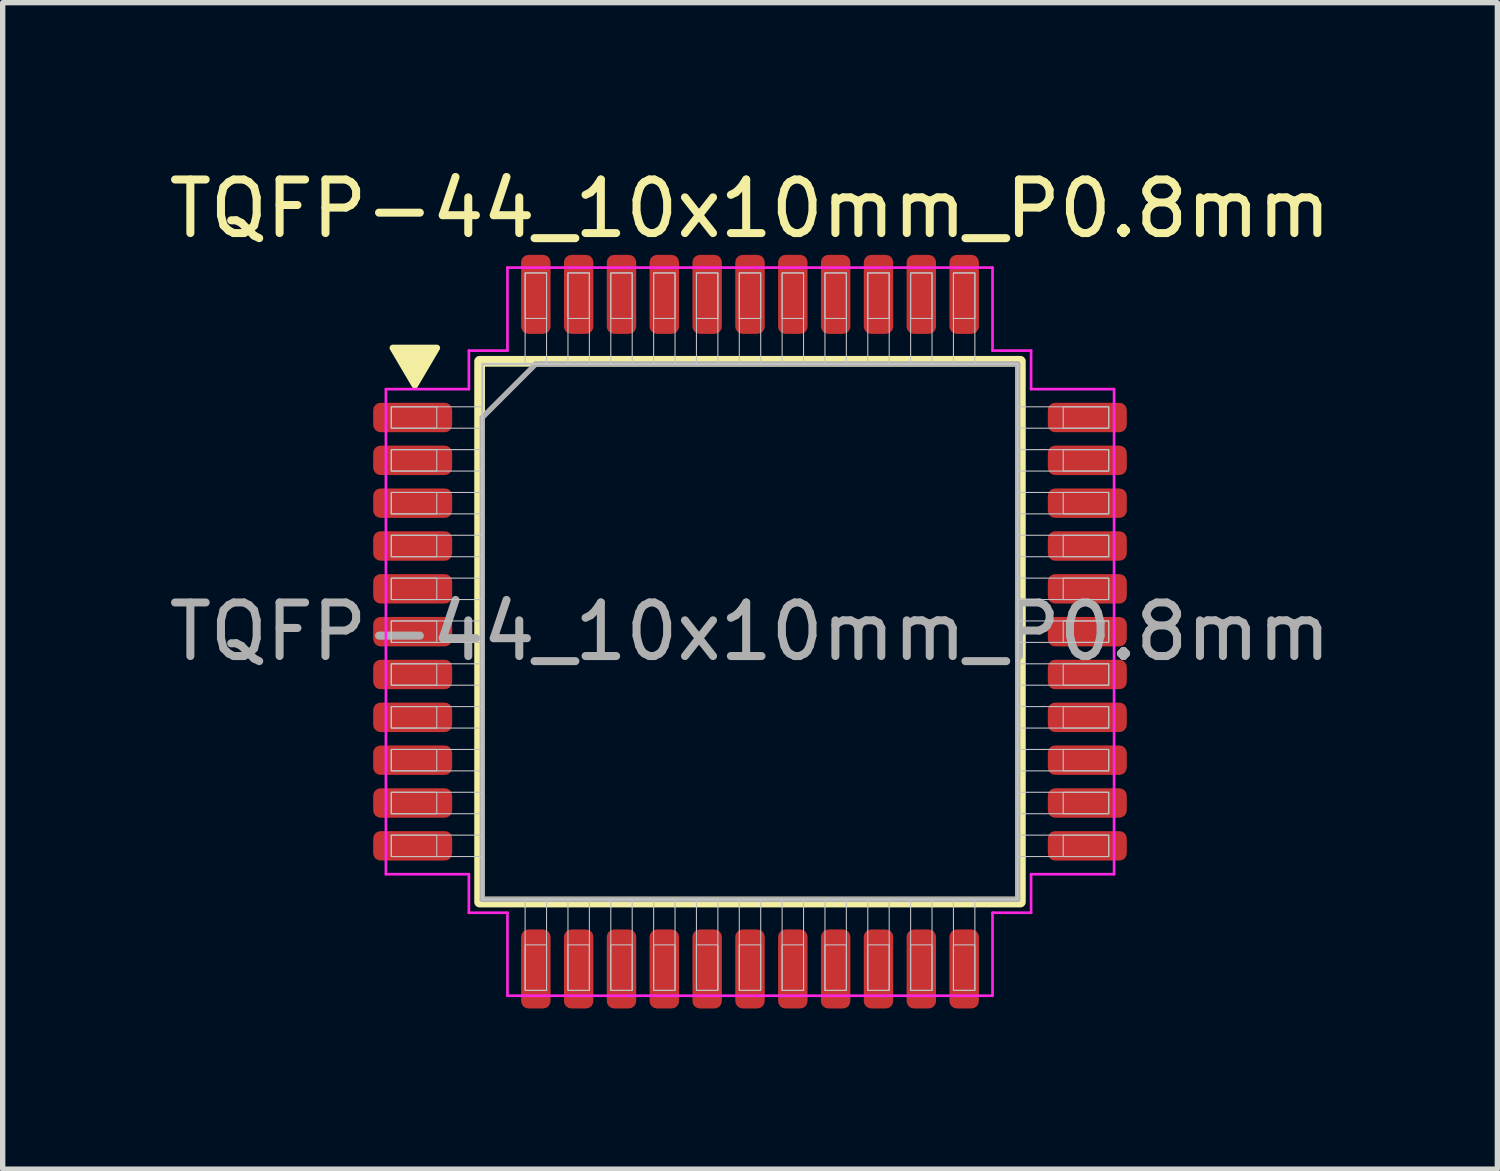
<source format=kicad_pcb>
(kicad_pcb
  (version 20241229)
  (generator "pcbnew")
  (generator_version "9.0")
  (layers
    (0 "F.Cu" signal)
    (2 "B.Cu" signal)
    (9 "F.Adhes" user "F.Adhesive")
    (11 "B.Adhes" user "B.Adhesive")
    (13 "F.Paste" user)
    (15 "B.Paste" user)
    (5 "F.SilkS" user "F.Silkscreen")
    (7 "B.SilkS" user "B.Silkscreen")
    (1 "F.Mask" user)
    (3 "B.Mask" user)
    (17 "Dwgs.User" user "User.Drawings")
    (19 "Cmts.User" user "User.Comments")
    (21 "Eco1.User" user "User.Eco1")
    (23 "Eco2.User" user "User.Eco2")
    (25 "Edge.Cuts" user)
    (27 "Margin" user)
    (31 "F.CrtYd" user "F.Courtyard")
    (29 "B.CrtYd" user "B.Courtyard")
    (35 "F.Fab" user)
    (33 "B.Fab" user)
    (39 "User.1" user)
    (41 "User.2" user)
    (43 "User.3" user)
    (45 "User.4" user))
  (footprint "TQFP-44_10x10mm_P0.8mm"
    (layer "F.Cu")
    (at 10.958 8.748)
    (property "Reference" "TQFP-44_10x10mm_P0.8mm" (at 0 -7.9 0) (layer "F.SilkS") (effects (font (size 1 1) (thickness 0.15))))
    (attr smd)
    (fp_rect (start -5.05 -5.05) (end 5.05 5.05) (stroke (width 0.2) (type default)) (fill no) (layer "F.SilkS"))
    (fp_poly (pts (xy -6.26 -4.6) (xy -6.672 -5.3) (xy -5.848 -5.3)) (stroke (width 0.12) (type solid)) (fill yes) (layer "F.SilkS"))
    (fp_rect (start -6.7 -4.2) (end -5.85 -3.8) (stroke (width 0.02) (type default)) (fill no) (layer "Dwgs.User"))
    (fp_rect (start -6.7 -4.2) (end -5 -3.8) (stroke (width 0.02) (type default)) (fill no) (layer "Dwgs.User"))
    (fp_rect (start -6.7 -3.4) (end -5.85 -3) (stroke (width 0.02) (type default)) (fill no) (layer "Dwgs.User"))
    (fp_rect (start -6.7 -3.4) (end -5 -3) (stroke (width 0.02) (type default)) (fill no) (layer "Dwgs.User"))
    (fp_rect (start -6.7 -2.6) (end -5.85 -2.2) (stroke (width 0.02) (type default)) (fill no) (layer "Dwgs.User"))
    (fp_rect (start -6.7 -2.6) (end -5 -2.2) (stroke (width 0.02) (type default)) (fill no) (layer "Dwgs.User"))
    (fp_rect (start -6.7 -1.8) (end -5.85 -1.4) (stroke (width 0.02) (type default)) (fill no) (layer "Dwgs.User"))
    (fp_rect (start -6.7 -1.8) (end -5 -1.4) (stroke (width 0.02) (type default)) (fill no) (layer "Dwgs.User"))
    (fp_rect (start -6.7 -1) (end -5.85 -0.6) (stroke (width 0.02) (type default)) (fill no) (layer "Dwgs.User"))
    (fp_rect (start -6.7 -1) (end -5 -0.6) (stroke (width 0.02) (type default)) (fill no) (layer "Dwgs.User"))
    (fp_rect (start -6.7 -0.2) (end -5.85 0.2) (stroke (width 0.02) (type default)) (fill no) (layer "Dwgs.User"))
    (fp_rect (start -6.7 -0.2) (end -5 0.2) (stroke (width 0.02) (type default)) (fill no) (layer "Dwgs.User"))
    (fp_rect (start -6.7 0.6) (end -5.85 1) (stroke (width 0.02) (type default)) (fill no) (layer "Dwgs.User"))
    (fp_rect (start -6.7 0.6) (end -5 1) (stroke (width 0.02) (type default)) (fill no) (layer "Dwgs.User"))
    (fp_rect (start -6.7 1.4) (end -5.85 1.8) (stroke (width 0.02) (type default)) (fill no) (layer "Dwgs.User"))
    (fp_rect (start -6.7 1.4) (end -5 1.8) (stroke (width 0.02) (type default)) (fill no) (layer "Dwgs.User"))
    (fp_rect (start -6.7 2.2) (end -5.85 2.6) (stroke (width 0.02) (type default)) (fill no) (layer "Dwgs.User"))
    (fp_rect (start -6.7 2.2) (end -5 2.6) (stroke (width 0.02) (type default)) (fill no) (layer "Dwgs.User"))
    (fp_rect (start -6.7 3) (end -5.85 3.4) (stroke (width 0.02) (type default)) (fill no) (layer "Dwgs.User"))
    (fp_rect (start -6.7 3) (end -5 3.4) (stroke (width 0.02) (type default)) (fill no) (layer "Dwgs.User"))
    (fp_rect (start -6.7 3.8) (end -5.85 4.2) (stroke (width 0.02) (type default)) (fill no) (layer "Dwgs.User"))
    (fp_rect (start -6.7 3.8) (end -5 4.2) (stroke (width 0.02) (type default)) (fill no) (layer "Dwgs.User"))
    (fp_rect (start -5 -5) (end 5 5) (stroke (width 0.04) (type default)) (fill no) (layer "Dwgs.User"))
    (fp_rect (start -4.2 -6.7) (end -3.8 -5.85) (stroke (width 0.02) (type default)) (fill no) (layer "Dwgs.User"))
    (fp_rect (start -4.2 -6.7) (end -3.8 -5) (stroke (width 0.02) (type default)) (fill no) (layer "Dwgs.User"))
    (fp_rect (start -4.2 5) (end -3.8 6.7) (stroke (width 0.02) (type default)) (fill no) (layer "Dwgs.User"))
    (fp_rect (start -4.2 5.85) (end -3.8 6.7) (stroke (width 0.02) (type default)) (fill no) (layer "Dwgs.User"))
    (fp_rect (start -3.4 -6.7) (end -3 -5.85) (stroke (width 0.02) (type default)) (fill no) (layer "Dwgs.User"))
    (fp_rect (start -3.4 -6.7) (end -3 -5) (stroke (width 0.02) (type default)) (fill no) (layer "Dwgs.User"))
    (fp_rect (start -3.4 5) (end -3 6.7) (stroke (width 0.02) (type default)) (fill no) (layer "Dwgs.User"))
    (fp_rect (start -3.4 5.85) (end -3 6.7) (stroke (width 0.02) (type default)) (fill no) (layer "Dwgs.User"))
    (fp_rect (start -2.6 -6.7) (end -2.2 -5.85) (stroke (width 0.02) (type default)) (fill no) (layer "Dwgs.User"))
    (fp_rect (start -2.6 -6.7) (end -2.2 -5) (stroke (width 0.02) (type default)) (fill no) (layer "Dwgs.User"))
    (fp_rect (start -2.6 5) (end -2.2 6.7) (stroke (width 0.02) (type default)) (fill no) (layer "Dwgs.User"))
    (fp_rect (start -2.6 5.85) (end -2.2 6.7) (stroke (width 0.02) (type default)) (fill no) (layer "Dwgs.User"))
    (fp_rect (start -1.8 -6.7) (end -1.4 -5.85) (stroke (width 0.02) (type default)) (fill no) (layer "Dwgs.User"))
    (fp_rect (start -1.8 -6.7) (end -1.4 -5) (stroke (width 0.02) (type default)) (fill no) (layer "Dwgs.User"))
    (fp_rect (start -1.8 5) (end -1.4 6.7) (stroke (width 0.02) (type default)) (fill no) (layer "Dwgs.User"))
    (fp_rect (start -1.8 5.85) (end -1.4 6.7) (stroke (width 0.02) (type default)) (fill no) (layer "Dwgs.User"))
    (fp_rect (start -1 -6.7) (end -0.6 -5.85) (stroke (width 0.02) (type default)) (fill no) (layer "Dwgs.User"))
    (fp_rect (start -1 -6.7) (end -0.6 -5) (stroke (width 0.02) (type default)) (fill no) (layer "Dwgs.User"))
    (fp_rect (start -1 5) (end -0.6 6.7) (stroke (width 0.02) (type default)) (fill no) (layer "Dwgs.User"))
    (fp_rect (start -1 5.85) (end -0.6 6.7) (stroke (width 0.02) (type default)) (fill no) (layer "Dwgs.User"))
    (fp_rect (start -0.2 -6.7) (end 0.2 -5.85) (stroke (width 0.02) (type default)) (fill no) (layer "Dwgs.User"))
    (fp_rect (start -0.2 -6.7) (end 0.2 -5) (stroke (width 0.02) (type default)) (fill no) (layer "Dwgs.User"))
    (fp_rect (start -0.2 5) (end 0.2 6.7) (stroke (width 0.02) (type default)) (fill no) (layer "Dwgs.User"))
    (fp_rect (start -0.2 5.85) (end 0.2 6.7) (stroke (width 0.02) (type default)) (fill no) (layer "Dwgs.User"))
    (fp_rect (start 0.6 -6.7) (end 1 -5.85) (stroke (width 0.02) (type default)) (fill no) (layer "Dwgs.User"))
    (fp_rect (start 0.6 -6.7) (end 1 -5) (stroke (width 0.02) (type default)) (fill no) (layer "Dwgs.User"))
    (fp_rect (start 0.6 5) (end 1 6.7) (stroke (width 0.02) (type default)) (fill no) (layer "Dwgs.User"))
    (fp_rect (start 0.6 5.85) (end 1 6.7) (stroke (width 0.02) (type default)) (fill no) (layer "Dwgs.User"))
    (fp_rect (start 1.4 -6.7) (end 1.8 -5.85) (stroke (width 0.02) (type default)) (fill no) (layer "Dwgs.User"))
    (fp_rect (start 1.4 -6.7) (end 1.8 -5) (stroke (width 0.02) (type default)) (fill no) (layer "Dwgs.User"))
    (fp_rect (start 1.4 5) (end 1.8 6.7) (stroke (width 0.02) (type default)) (fill no) (layer "Dwgs.User"))
    (fp_rect (start 1.4 5.85) (end 1.8 6.7) (stroke (width 0.02) (type default)) (fill no) (layer "Dwgs.User"))
    (fp_rect (start 2.2 -6.7) (end 2.6 -5.85) (stroke (width 0.02) (type default)) (fill no) (layer "Dwgs.User"))
    (fp_rect (start 2.2 -6.7) (end 2.6 -5) (stroke (width 0.02) (type default)) (fill no) (layer "Dwgs.User"))
    (fp_rect (start 2.2 5) (end 2.6 6.7) (stroke (width 0.02) (type default)) (fill no) (layer "Dwgs.User"))
    (fp_rect (start 2.2 5.85) (end 2.6 6.7) (stroke (width 0.02) (type default)) (fill no) (layer "Dwgs.User"))
    (fp_rect (start 3 -6.7) (end 3.4 -5.85) (stroke (width 0.02) (type default)) (fill no) (layer "Dwgs.User"))
    (fp_rect (start 3 -6.7) (end 3.4 -5) (stroke (width 0.02) (type default)) (fill no) (layer "Dwgs.User"))
    (fp_rect (start 3 5) (end 3.4 6.7) (stroke (width 0.02) (type default)) (fill no) (layer "Dwgs.User"))
    (fp_rect (start 3 5.85) (end 3.4 6.7) (stroke (width 0.02) (type default)) (fill no) (layer "Dwgs.User"))
    (fp_rect (start 3.8 -6.7) (end 4.2 -5.85) (stroke (width 0.02) (type default)) (fill no) (layer "Dwgs.User"))
    (fp_rect (start 3.8 -6.7) (end 4.2 -5) (stroke (width 0.02) (type default)) (fill no) (layer "Dwgs.User"))
    (fp_rect (start 3.8 5) (end 4.2 6.7) (stroke (width 0.02) (type default)) (fill no) (layer "Dwgs.User"))
    (fp_rect (start 3.8 5.85) (end 4.2 6.7) (stroke (width 0.02) (type default)) (fill no) (layer "Dwgs.User"))
    (fp_rect (start 5 -4.2) (end 6.7 -3.8) (stroke (width 0.02) (type default)) (fill no) (layer "Dwgs.User"))
    (fp_rect (start 5 -3.4) (end 6.7 -3) (stroke (width 0.02) (type default)) (fill no) (layer "Dwgs.User"))
    (fp_rect (start 5 -2.6) (end 6.7 -2.2) (stroke (width 0.02) (type default)) (fill no) (layer "Dwgs.User"))
    (fp_rect (start 5 -1.8) (end 6.7 -1.4) (stroke (width 0.02) (type default)) (fill no) (layer "Dwgs.User"))
    (fp_rect (start 5 -1) (end 6.7 -0.6) (stroke (width 0.02) (type default)) (fill no) (layer "Dwgs.User"))
    (fp_rect (start 5 -0.2) (end 6.7 0.2) (stroke (width 0.02) (type default)) (fill no) (layer "Dwgs.User"))
    (fp_rect (start 5 0.6) (end 6.7 1) (stroke (width 0.02) (type default)) (fill no) (layer "Dwgs.User"))
    (fp_rect (start 5 1.4) (end 6.7 1.8) (stroke (width 0.02) (type default)) (fill no) (layer "Dwgs.User"))
    (fp_rect (start 5 2.2) (end 6.7 2.6) (stroke (width 0.02) (type default)) (fill no) (layer "Dwgs.User"))
    (fp_rect (start 5 3) (end 6.7 3.4) (stroke (width 0.02) (type default)) (fill no) (layer "Dwgs.User"))
    (fp_rect (start 5 3.8) (end 6.7 4.2) (stroke (width 0.02) (type default)) (fill no) (layer "Dwgs.User"))
    (fp_rect (start 5.85 -4.2) (end 6.7 -3.8) (stroke (width 0.02) (type default)) (fill no) (layer "Dwgs.User"))
    (fp_rect (start 5.85 -3.4) (end 6.7 -3) (stroke (width 0.02) (type default)) (fill no) (layer "Dwgs.User"))
    (fp_rect (start 5.85 -2.6) (end 6.7 -2.2) (stroke (width 0.02) (type default)) (fill no) (layer "Dwgs.User"))
    (fp_rect (start 5.85 -1.8) (end 6.7 -1.4) (stroke (width 0.02) (type default)) (fill no) (layer "Dwgs.User"))
    (fp_rect (start 5.85 -1) (end 6.7 -0.6) (stroke (width 0.02) (type default)) (fill no) (layer "Dwgs.User"))
    (fp_rect (start 5.85 -0.2) (end 6.7 0.2) (stroke (width 0.02) (type default)) (fill no) (layer "Dwgs.User"))
    (fp_rect (start 5.85 0.6) (end 6.7 1) (stroke (width 0.02) (type default)) (fill no) (layer "Dwgs.User"))
    (fp_rect (start 5.85 1.4) (end 6.7 1.8) (stroke (width 0.02) (type default)) (fill no) (layer "Dwgs.User"))
    (fp_rect (start 5.85 2.2) (end 6.7 2.6) (stroke (width 0.02) (type default)) (fill no) (layer "Dwgs.User"))
    (fp_rect (start 5.85 3) (end 6.7 3.4) (stroke (width 0.02) (type default)) (fill no) (layer "Dwgs.User"))
    (fp_rect (start 5.85 3.8) (end 6.7 4.2) (stroke (width 0.02) (type default)) (fill no) (layer "Dwgs.User"))
    (fp_line (start -6.8 -4.53) (end -5.25 -4.53) (stroke (width 0.05) (type solid)) (layer "F.CrtYd"))
    (fp_line (start -6.8 4.53) (end -6.8 -4.53) (stroke (width 0.05) (type solid)) (layer "F.CrtYd"))
    (fp_line (start -5.25 -5.25) (end -4.53 -5.25) (stroke (width 0.05) (type solid)) (layer "F.CrtYd"))
    (fp_line (start -5.25 -4.53) (end -5.25 -5.25) (stroke (width 0.05) (type solid)) (layer "F.CrtYd"))
    (fp_line (start -5.25 4.53) (end -6.8 4.53) (stroke (width 0.05) (type solid)) (layer "F.CrtYd"))
    (fp_line (start -5.25 5.25) (end -5.25 4.53) (stroke (width 0.05) (type solid)) (layer "F.CrtYd"))
    (fp_line (start -4.53 -6.8) (end 4.53 -6.8) (stroke (width 0.05) (type solid)) (layer "F.CrtYd"))
    (fp_line (start -4.53 -5.25) (end -4.53 -6.8) (stroke (width 0.05) (type solid)) (layer "F.CrtYd"))
    (fp_line (start -4.53 5.25) (end -5.25 5.25) (stroke (width 0.05) (type solid)) (layer "F.CrtYd"))
    (fp_line (start -4.53 6.8) (end -4.53 5.25) (stroke (width 0.05) (type solid)) (layer "F.CrtYd"))
    (fp_line (start 4.53 -6.8) (end 4.53 -5.25) (stroke (width 0.05) (type solid)) (layer "F.CrtYd"))
    (fp_line (start 4.53 -5.25) (end 5.25 -5.25) (stroke (width 0.05) (type solid)) (layer "F.CrtYd"))
    (fp_line (start 4.53 5.25) (end 4.53 6.8) (stroke (width 0.05) (type solid)) (layer "F.CrtYd"))
    (fp_line (start 4.53 6.8) (end -4.53 6.8) (stroke (width 0.05) (type solid)) (layer "F.CrtYd"))
    (fp_line (start 5.25 -5.25) (end 5.25 -4.53) (stroke (width 0.05) (type solid)) (layer "F.CrtYd"))
    (fp_line (start 5.25 -4.53) (end 6.8 -4.53) (stroke (width 0.05) (type solid)) (layer "F.CrtYd"))
    (fp_line (start 5.25 4.53) (end 5.25 5.25) (stroke (width 0.05) (type solid)) (layer "F.CrtYd"))
    (fp_line (start 5.25 5.25) (end 4.53 5.25) (stroke (width 0.05) (type solid)) (layer "F.CrtYd"))
    (fp_line (start 6.8 -4.53) (end 6.8 4.53) (stroke (width 0.05) (type solid)) (layer "F.CrtYd"))
    (fp_line (start 6.8 4.53) (end 5.25 4.53) (stroke (width 0.05) (type solid)) (layer "F.CrtYd"))
    (fp_line (start -5 -4) (end -4 -5) (stroke (width 0.1) (type solid)) (layer "F.Fab"))
    (fp_line (start -5 5) (end -5 -4) (stroke (width 0.1) (type solid)) (layer "F.Fab"))
    (fp_line (start -4 -5) (end 5 -5) (stroke (width 0.1) (type solid)) (layer "F.Fab"))
    (fp_line (start 5 -5) (end 5 5) (stroke (width 0.1) (type solid)) (layer "F.Fab"))
    (fp_line (start 5 5) (end -5 5) (stroke (width 0.1) (type solid)) (layer "F.Fab"))
    (fp_text user "${REFERENCE}" (at 0 0 0) (layer "F.Fab") (effects (font (size 1 1) (thickness 0.15))))
    (pad "1" smd roundrect (at -6.3 -4) (size 1.475 0.55) (layers "F.Cu" "F.Mask" "F.Paste") (roundrect_rratio 0.25))
    (pad "2" smd roundrect (at -6.3 -3.2) (size 1.475 0.55) (layers "F.Cu" "F.Mask" "F.Paste") (roundrect_rratio 0.25))
    (pad "3" smd roundrect (at -6.3 -2.4) (size 1.475 0.55) (layers "F.Cu" "F.Mask" "F.Paste") (roundrect_rratio 0.25))
    (pad "4" smd roundrect (at -6.3 -1.6) (size 1.475 0.55) (layers "F.Cu" "F.Mask" "F.Paste") (roundrect_rratio 0.25))
    (pad "5" smd roundrect (at -6.3 -0.8) (size 1.475 0.55) (layers "F.Cu" "F.Mask" "F.Paste") (roundrect_rratio 0.25))
    (pad "6" smd roundrect (at -6.3 0) (size 1.475 0.55) (layers "F.Cu" "F.Mask" "F.Paste") (roundrect_rratio 0.25))
    (pad "7" smd roundrect (at -6.3 0.8) (size 1.475 0.55) (layers "F.Cu" "F.Mask" "F.Paste") (roundrect_rratio 0.25))
    (pad "8" smd roundrect (at -6.3 1.6) (size 1.475 0.55) (layers "F.Cu" "F.Mask" "F.Paste") (roundrect_rratio 0.25))
    (pad "9" smd roundrect (at -6.3 2.4) (size 1.475 0.55) (layers "F.Cu" "F.Mask" "F.Paste") (roundrect_rratio 0.25))
    (pad "10" smd roundrect (at -6.3 3.2) (size 1.475 0.55) (layers "F.Cu" "F.Mask" "F.Paste") (roundrect_rratio 0.25))
    (pad "11" smd roundrect (at -6.3 4) (size 1.475 0.55) (layers "F.Cu" "F.Mask" "F.Paste") (roundrect_rratio 0.25))
    (pad "12" smd roundrect (at -4 6.3) (size 0.55 1.475) (layers "F.Cu" "F.Mask" "F.Paste") (roundrect_rratio 0.25))
    (pad "13" smd roundrect (at -3.2 6.3) (size 0.55 1.475) (layers "F.Cu" "F.Mask" "F.Paste") (roundrect_rratio 0.25))
    (pad "14" smd roundrect (at -2.4 6.3) (size 0.55 1.475) (layers "F.Cu" "F.Mask" "F.Paste") (roundrect_rratio 0.25))
    (pad "15" smd roundrect (at -1.6 6.3) (size 0.55 1.475) (layers "F.Cu" "F.Mask" "F.Paste") (roundrect_rratio 0.25))
    (pad "16" smd roundrect (at -0.8 6.3) (size 0.55 1.475) (layers "F.Cu" "F.Mask" "F.Paste") (roundrect_rratio 0.25))
    (pad "17" smd roundrect (at 0 6.3) (size 0.55 1.475) (layers "F.Cu" "F.Mask" "F.Paste") (roundrect_rratio 0.25))
    (pad "18" smd roundrect (at 0.8 6.3) (size 0.55 1.475) (layers "F.Cu" "F.Mask" "F.Paste") (roundrect_rratio 0.25))
    (pad "19" smd roundrect (at 1.6 6.3) (size 0.55 1.475) (layers "F.Cu" "F.Mask" "F.Paste") (roundrect_rratio 0.25))
    (pad "20" smd roundrect (at 2.4 6.3) (size 0.55 1.475) (layers "F.Cu" "F.Mask" "F.Paste") (roundrect_rratio 0.25))
    (pad "21" smd roundrect (at 3.2 6.3) (size 0.55 1.475) (layers "F.Cu" "F.Mask" "F.Paste") (roundrect_rratio 0.25))
    (pad "22" smd roundrect (at 4 6.3) (size 0.55 1.475) (layers "F.Cu" "F.Mask" "F.Paste") (roundrect_rratio 0.25))
    (pad "23" smd roundrect (at 6.3 4) (size 1.475 0.55) (layers "F.Cu" "F.Mask" "F.Paste") (roundrect_rratio 0.25))
    (pad "24" smd roundrect (at 6.3 3.2) (size 1.475 0.55) (layers "F.Cu" "F.Mask" "F.Paste") (roundrect_rratio 0.25))
    (pad "25" smd roundrect (at 6.3 2.4) (size 1.475 0.55) (layers "F.Cu" "F.Mask" "F.Paste") (roundrect_rratio 0.25))
    (pad "26" smd roundrect (at 6.3 1.6) (size 1.475 0.55) (layers "F.Cu" "F.Mask" "F.Paste") (roundrect_rratio 0.25))
    (pad "27" smd roundrect (at 6.3 0.8) (size 1.475 0.55) (layers "F.Cu" "F.Mask" "F.Paste") (roundrect_rratio 0.25))
    (pad "28" smd roundrect (at 6.3 0) (size 1.475 0.55) (layers "F.Cu" "F.Mask" "F.Paste") (roundrect_rratio 0.25))
    (pad "29" smd roundrect (at 6.3 -0.8) (size 1.475 0.55) (layers "F.Cu" "F.Mask" "F.Paste") (roundrect_rratio 0.25))
    (pad "30" smd roundrect (at 6.3 -1.6) (size 1.475 0.55) (layers "F.Cu" "F.Mask" "F.Paste") (roundrect_rratio 0.25))
    (pad "31" smd roundrect (at 6.3 -2.4) (size 1.475 0.55) (layers "F.Cu" "F.Mask" "F.Paste") (roundrect_rratio 0.25))
    (pad "32" smd roundrect (at 6.3 -3.2) (size 1.475 0.55) (layers "F.Cu" "F.Mask" "F.Paste") (roundrect_rratio 0.25))
    (pad "33" smd roundrect (at 6.3 -4) (size 1.475 0.55) (layers "F.Cu" "F.Mask" "F.Paste") (roundrect_rratio 0.25))
    (pad "34" smd roundrect (at 4 -6.3) (size 0.55 1.475) (layers "F.Cu" "F.Mask" "F.Paste") (roundrect_rratio 0.25))
    (pad "35" smd roundrect (at 3.2 -6.3) (size 0.55 1.475) (layers "F.Cu" "F.Mask" "F.Paste") (roundrect_rratio 0.25))
    (pad "36" smd roundrect (at 2.4 -6.3) (size 0.55 1.475) (layers "F.Cu" "F.Mask" "F.Paste") (roundrect_rratio 0.25))
    (pad "37" smd roundrect (at 1.6 -6.3) (size 0.55 1.475) (layers "F.Cu" "F.Mask" "F.Paste") (roundrect_rratio 0.25))
    (pad "38" smd roundrect (at 0.8 -6.3) (size 0.55 1.475) (layers "F.Cu" "F.Mask" "F.Paste") (roundrect_rratio 0.25))
    (pad "39" smd roundrect (at 0 -6.3) (size 0.55 1.475) (layers "F.Cu" "F.Mask" "F.Paste") (roundrect_rratio 0.25))
    (pad "40" smd roundrect (at -0.8 -6.3) (size 0.55 1.475) (layers "F.Cu" "F.Mask" "F.Paste") (roundrect_rratio 0.25))
    (pad "41" smd roundrect (at -1.6 -6.3) (size 0.55 1.475) (layers "F.Cu" "F.Mask" "F.Paste") (roundrect_rratio 0.25))
    (pad "42" smd roundrect (at -2.4 -6.3) (size 0.55 1.475) (layers "F.Cu" "F.Mask" "F.Paste") (roundrect_rratio 0.25))
    (pad "43" smd roundrect (at -3.2 -6.3) (size 0.55 1.475) (layers "F.Cu" "F.Mask" "F.Paste") (roundrect_rratio 0.25))
    (pad "44" smd roundrect (at -4 -6.3) (size 0.55 1.475) (layers "F.Cu" "F.Mask" "F.Paste") (roundrect_rratio 0.25)))
  (gr_rect
    (start -3 -3)
    (end 24.917 18.786)
    (stroke (width 0.1) (type default))
    (fill no)
    (layer "Edge.Cuts")))
</source>
